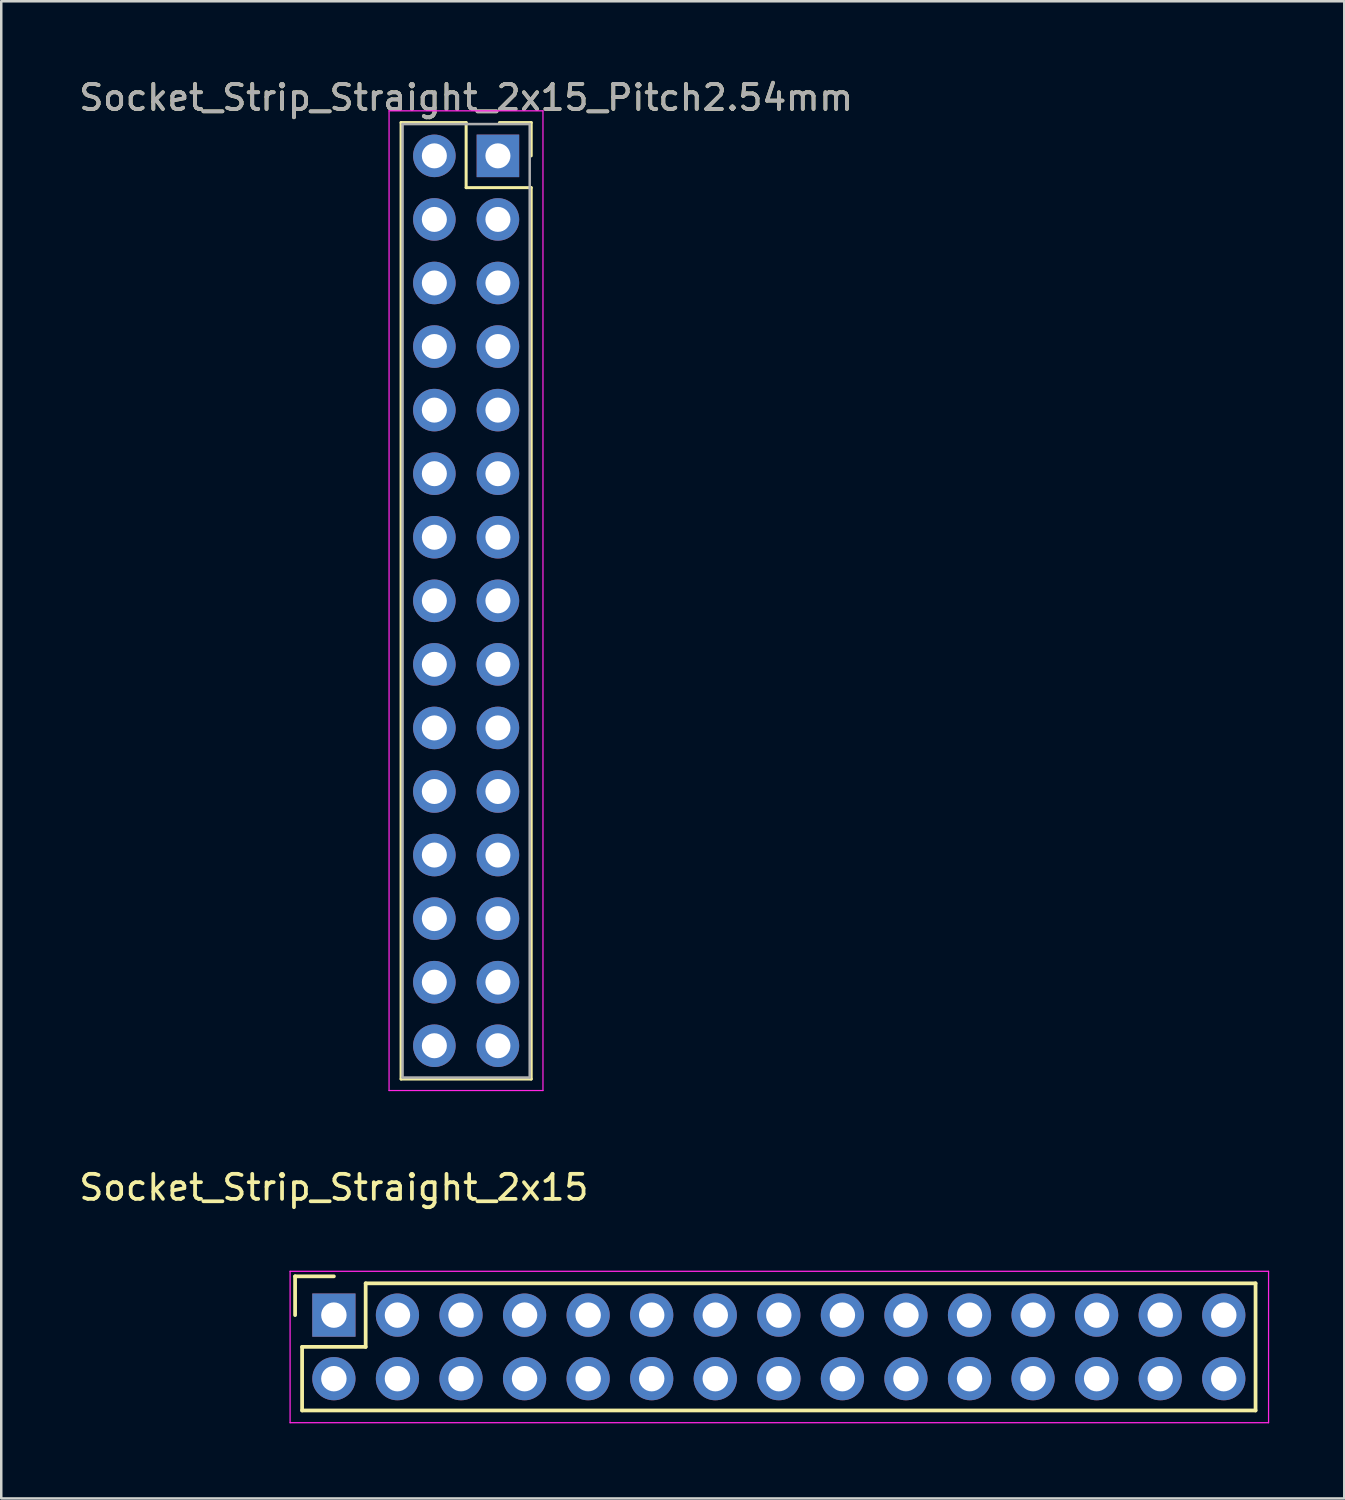
<source format=kicad_pcb>
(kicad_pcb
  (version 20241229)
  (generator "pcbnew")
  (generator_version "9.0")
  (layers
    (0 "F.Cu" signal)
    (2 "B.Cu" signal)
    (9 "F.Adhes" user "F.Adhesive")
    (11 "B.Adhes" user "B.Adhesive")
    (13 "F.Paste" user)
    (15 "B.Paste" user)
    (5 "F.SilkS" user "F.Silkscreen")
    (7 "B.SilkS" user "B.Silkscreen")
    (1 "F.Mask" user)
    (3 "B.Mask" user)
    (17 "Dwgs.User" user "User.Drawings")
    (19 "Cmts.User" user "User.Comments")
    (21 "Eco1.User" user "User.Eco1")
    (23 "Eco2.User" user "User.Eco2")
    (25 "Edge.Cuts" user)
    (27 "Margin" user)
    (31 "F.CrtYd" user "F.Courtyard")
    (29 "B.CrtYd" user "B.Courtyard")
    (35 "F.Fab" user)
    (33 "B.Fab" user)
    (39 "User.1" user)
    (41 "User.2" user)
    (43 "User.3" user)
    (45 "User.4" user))
  (footprint "Socket_Strip_Straight_2x15_Pitch2.54mm"
    (layer "F.Cu")
    (at 16.847 3.178)
    (property "Reference" "Socket_Strip_Straight_2x15_Pitch2.54mm" (at -1.27 -2.33 0) (layer "F.SilkS") (effects (font (size 1 1) (thickness 0.15))))
    (attr through_hole)
    (fp_line (start -3.87 -1.33) (end -1.27 -1.33) (stroke (width 0.12) (type solid)) (layer "F.SilkS"))
    (fp_line (start -3.87 36.89) (end -3.87 -1.33) (stroke (width 0.12) (type solid)) (layer "F.SilkS"))
    (fp_line (start -1.27 -1.33) (end -1.27 1.27) (stroke (width 0.12) (type solid)) (layer "F.SilkS"))
    (fp_line (start -1.27 1.27) (end 1.33 1.27) (stroke (width 0.12) (type solid)) (layer "F.SilkS"))
    (fp_line (start 1.33 -1.33) (end 0.06 -1.33) (stroke (width 0.12) (type solid)) (layer "F.SilkS"))
    (fp_line (start 1.33 0) (end 1.33 -1.33) (stroke (width 0.12) (type solid)) (layer "F.SilkS"))
    (fp_line (start 1.33 1.27) (end 1.33 36.89) (stroke (width 0.12) (type solid)) (layer "F.SilkS"))
    (fp_line (start 1.33 36.89) (end -3.87 36.89) (stroke (width 0.12) (type solid)) (layer "F.SilkS"))
    (fp_line (start -4.35 -1.8) (end -4.35 37.35) (stroke (width 0.05) (type solid)) (layer "F.CrtYd"))
    (fp_line (start -4.35 37.35) (end 1.8 37.35) (stroke (width 0.05) (type solid)) (layer "F.CrtYd"))
    (fp_line (start 1.8 -1.8) (end -4.35 -1.8) (stroke (width 0.05) (type solid)) (layer "F.CrtYd"))
    (fp_line (start 1.8 37.35) (end 1.8 -1.8) (stroke (width 0.05) (type solid)) (layer "F.CrtYd"))
    (fp_line (start -3.81 -1.27) (end -3.81 36.83) (stroke (width 0.1) (type solid)) (layer "F.Fab"))
    (fp_line (start -3.81 36.83) (end 1.27 36.83) (stroke (width 0.1) (type solid)) (layer "F.Fab"))
    (fp_line (start 1.27 -1.27) (end -3.81 -1.27) (stroke (width 0.1) (type solid)) (layer "F.Fab"))
    (fp_line (start 1.27 36.83) (end 1.27 -1.27) (stroke (width 0.1) (type solid)) (layer "F.Fab"))
    (fp_text user "${REFERENCE}" (at -1.27 -2.33 0) (layer "F.Fab") (effects (font (size 1 1) (thickness 0.15))))
    (pad "1" thru_hole rect (at 0 0) (size 1.7 1.7) (drill 1) (layers "*.Cu" "*.Mask"))
    (pad "2" thru_hole oval (at -2.54 0) (size 1.7 1.7) (drill 1) (layers "*.Cu" "*.Mask"))
    (pad "3" thru_hole oval (at 0 2.54) (size 1.7 1.7) (drill 1) (layers "*.Cu" "*.Mask"))
    (pad "4" thru_hole oval (at -2.54 2.54) (size 1.7 1.7) (drill 1) (layers "*.Cu" "*.Mask"))
    (pad "5" thru_hole oval (at 0 5.08) (size 1.7 1.7) (drill 1) (layers "*.Cu" "*.Mask"))
    (pad "6" thru_hole oval (at -2.54 5.08) (size 1.7 1.7) (drill 1) (layers "*.Cu" "*.Mask"))
    (pad "7" thru_hole oval (at 0 7.62) (size 1.7 1.7) (drill 1) (layers "*.Cu" "*.Mask"))
    (pad "8" thru_hole oval (at -2.54 7.62) (size 1.7 1.7) (drill 1) (layers "*.Cu" "*.Mask"))
    (pad "9" thru_hole oval (at 0 10.16) (size 1.7 1.7) (drill 1) (layers "*.Cu" "*.Mask"))
    (pad "10" thru_hole oval (at -2.54 10.16) (size 1.7 1.7) (drill 1) (layers "*.Cu" "*.Mask"))
    (pad "11" thru_hole oval (at 0 12.7) (size 1.7 1.7) (drill 1) (layers "*.Cu" "*.Mask"))
    (pad "12" thru_hole oval (at -2.54 12.7) (size 1.7 1.7) (drill 1) (layers "*.Cu" "*.Mask"))
    (pad "13" thru_hole oval (at 0 15.24) (size 1.7 1.7) (drill 1) (layers "*.Cu" "*.Mask"))
    (pad "14" thru_hole oval (at -2.54 15.24) (size 1.7 1.7) (drill 1) (layers "*.Cu" "*.Mask"))
    (pad "15" thru_hole oval (at 0 17.78) (size 1.7 1.7) (drill 1) (layers "*.Cu" "*.Mask"))
    (pad "16" thru_hole oval (at -2.54 17.78) (size 1.7 1.7) (drill 1) (layers "*.Cu" "*.Mask"))
    (pad "17" thru_hole oval (at 0 20.32) (size 1.7 1.7) (drill 1) (layers "*.Cu" "*.Mask"))
    (pad "18" thru_hole oval (at -2.54 20.32) (size 1.7 1.7) (drill 1) (layers "*.Cu" "*.Mask"))
    (pad "19" thru_hole oval (at 0 22.86) (size 1.7 1.7) (drill 1) (layers "*.Cu" "*.Mask"))
    (pad "20" thru_hole oval (at -2.54 22.86) (size 1.7 1.7) (drill 1) (layers "*.Cu" "*.Mask"))
    (pad "21" thru_hole oval (at 0 25.4) (size 1.7 1.7) (drill 1) (layers "*.Cu" "*.Mask"))
    (pad "22" thru_hole oval (at -2.54 25.4) (size 1.7 1.7) (drill 1) (layers "*.Cu" "*.Mask"))
    (pad "23" thru_hole oval (at 0 27.94) (size 1.7 1.7) (drill 1) (layers "*.Cu" "*.Mask"))
    (pad "24" thru_hole oval (at -2.54 27.94) (size 1.7 1.7) (drill 1) (layers "*.Cu" "*.Mask"))
    (pad "25" thru_hole oval (at 0 30.48) (size 1.7 1.7) (drill 1) (layers "*.Cu" "*.Mask"))
    (pad "26" thru_hole oval (at -2.54 30.48) (size 1.7 1.7) (drill 1) (layers "*.Cu" "*.Mask"))
    (pad "27" thru_hole oval (at 0 33.02) (size 1.7 1.7) (drill 1) (layers "*.Cu" "*.Mask"))
    (pad "28" thru_hole oval (at -2.54 33.02) (size 1.7 1.7) (drill 1) (layers "*.Cu" "*.Mask"))
    (pad "29" thru_hole oval (at 0 35.56) (size 1.7 1.7) (drill 1) (layers "*.Cu" "*.Mask"))
    (pad "30" thru_hole oval (at -2.54 35.56) (size 1.7 1.7) (drill 1) (layers "*.Cu" "*.Mask")))
  (footprint "Socket_Strip_Straight_2x15"
    (layer "F.Cu")
    (at 10.292 49.502)
    (property "Reference" "Socket_Strip_Straight_2x15" (at 0 -5.1 0) (layer "F.SilkS") (effects (font (size 1 1) (thickness 0.15))))
    (attr through_hole)
    (fp_line (start -1.55 -1.55) (end -1.55 0) (stroke (width 0.15) (type solid)) (layer "F.SilkS"))
    (fp_line (start -1.27 1.27) (end 1.27 1.27) (stroke (width 0.15) (type solid)) (layer "F.SilkS"))
    (fp_line (start -1.27 3.81) (end -1.27 1.27) (stroke (width 0.15) (type solid)) (layer "F.SilkS"))
    (fp_line (start 0 -1.55) (end -1.55 -1.55) (stroke (width 0.15) (type solid)) (layer "F.SilkS"))
    (fp_line (start 1.27 -1.27) (end 36.83 -1.27) (stroke (width 0.15) (type solid)) (layer "F.SilkS"))
    (fp_line (start 1.27 1.27) (end 1.27 -1.27) (stroke (width 0.15) (type solid)) (layer "F.SilkS"))
    (fp_line (start 36.83 3.81) (end -1.27 3.81) (stroke (width 0.15) (type solid)) (layer "F.SilkS"))
    (fp_line (start 36.83 3.81) (end 36.83 -1.27) (stroke (width 0.15) (type solid)) (layer "F.SilkS"))
    (fp_line (start -1.75 -1.75) (end -1.75 4.3) (stroke (width 0.05) (type solid)) (layer "F.CrtYd"))
    (fp_line (start -1.75 -1.75) (end 37.35 -1.75) (stroke (width 0.05) (type solid)) (layer "F.CrtYd"))
    (fp_line (start -1.75 4.3) (end 37.35 4.3) (stroke (width 0.05) (type solid)) (layer "F.CrtYd"))
    (fp_line (start 37.35 -1.75) (end 37.35 4.3) (stroke (width 0.05) (type solid)) (layer "F.CrtYd"))
    (pad "1" thru_hole rect (at 0 0) (size 1.727 1.727) (drill 1.016) (layers "*.Cu" "*.Mask"))
    (pad "2" thru_hole oval (at 0 2.54) (size 1.727 1.727) (drill 1.016) (layers "*.Cu" "*.Mask"))
    (pad "3" thru_hole oval (at 2.54 0) (size 1.727 1.727) (drill 1.016) (layers "*.Cu" "*.Mask"))
    (pad "4" thru_hole oval (at 2.54 2.54) (size 1.727 1.727) (drill 1.016) (layers "*.Cu" "*.Mask"))
    (pad "5" thru_hole oval (at 5.08 0) (size 1.727 1.727) (drill 1.016) (layers "*.Cu" "*.Mask"))
    (pad "6" thru_hole oval (at 5.08 2.54) (size 1.727 1.727) (drill 1.016) (layers "*.Cu" "*.Mask"))
    (pad "7" thru_hole oval (at 7.62 0) (size 1.727 1.727) (drill 1.016) (layers "*.Cu" "*.Mask"))
    (pad "8" thru_hole oval (at 7.62 2.54) (size 1.727 1.727) (drill 1.016) (layers "*.Cu" "*.Mask"))
    (pad "9" thru_hole oval (at 10.16 0) (size 1.727 1.727) (drill 1.016) (layers "*.Cu" "*.Mask"))
    (pad "10" thru_hole oval (at 10.16 2.54) (size 1.727 1.727) (drill 1.016) (layers "*.Cu" "*.Mask"))
    (pad "11" thru_hole oval (at 12.7 0) (size 1.727 1.727) (drill 1.016) (layers "*.Cu" "*.Mask"))
    (pad "12" thru_hole oval (at 12.7 2.54) (size 1.727 1.727) (drill 1.016) (layers "*.Cu" "*.Mask"))
    (pad "13" thru_hole oval (at 15.24 0) (size 1.727 1.727) (drill 1.016) (layers "*.Cu" "*.Mask"))
    (pad "14" thru_hole oval (at 15.24 2.54) (size 1.727 1.727) (drill 1.016) (layers "*.Cu" "*.Mask"))
    (pad "15" thru_hole oval (at 17.78 0) (size 1.727 1.727) (drill 1.016) (layers "*.Cu" "*.Mask"))
    (pad "16" thru_hole oval (at 17.78 2.54) (size 1.727 1.727) (drill 1.016) (layers "*.Cu" "*.Mask"))
    (pad "17" thru_hole oval (at 20.32 0) (size 1.727 1.727) (drill 1.016) (layers "*.Cu" "*.Mask"))
    (pad "18" thru_hole oval (at 20.32 2.54) (size 1.727 1.727) (drill 1.016) (layers "*.Cu" "*.Mask"))
    (pad "19" thru_hole oval (at 22.86 0) (size 1.727 1.727) (drill 1.016) (layers "*.Cu" "*.Mask"))
    (pad "20" thru_hole oval (at 22.86 2.54) (size 1.727 1.727) (drill 1.016) (layers "*.Cu" "*.Mask"))
    (pad "21" thru_hole oval (at 25.4 0) (size 1.727 1.727) (drill 1.016) (layers "*.Cu" "*.Mask"))
    (pad "22" thru_hole oval (at 25.4 2.54) (size 1.727 1.727) (drill 1.016) (layers "*.Cu" "*.Mask"))
    (pad "23" thru_hole oval (at 27.94 0) (size 1.727 1.727) (drill 1.016) (layers "*.Cu" "*.Mask"))
    (pad "24" thru_hole oval (at 27.94 2.54) (size 1.727 1.727) (drill 1.016) (layers "*.Cu" "*.Mask"))
    (pad "25" thru_hole oval (at 30.48 0) (size 1.727 1.727) (drill 1.016) (layers "*.Cu" "*.Mask"))
    (pad "26" thru_hole oval (at 30.48 2.54) (size 1.727 1.727) (drill 1.016) (layers "*.Cu" "*.Mask"))
    (pad "27" thru_hole oval (at 33.02 0) (size 1.727 1.727) (drill 1.016) (layers "*.Cu" "*.Mask"))
    (pad "28" thru_hole oval (at 33.02 2.54) (size 1.727 1.727) (drill 1.016) (layers "*.Cu" "*.Mask"))
    (pad "29" thru_hole oval (at 35.56 0) (size 1.727 1.727) (drill 1.016) (layers "*.Cu" "*.Mask"))
    (pad "30" thru_hole oval (at 35.56 2.54) (size 1.727 1.727) (drill 1.016) (layers "*.Cu" "*.Mask")))
  (gr_rect
    (start -3 -3)
    (end 50.667 56.827)
    (stroke (width 0.1) (type default))
    (fill no)
    (layer "Edge.Cuts")))
</source>
